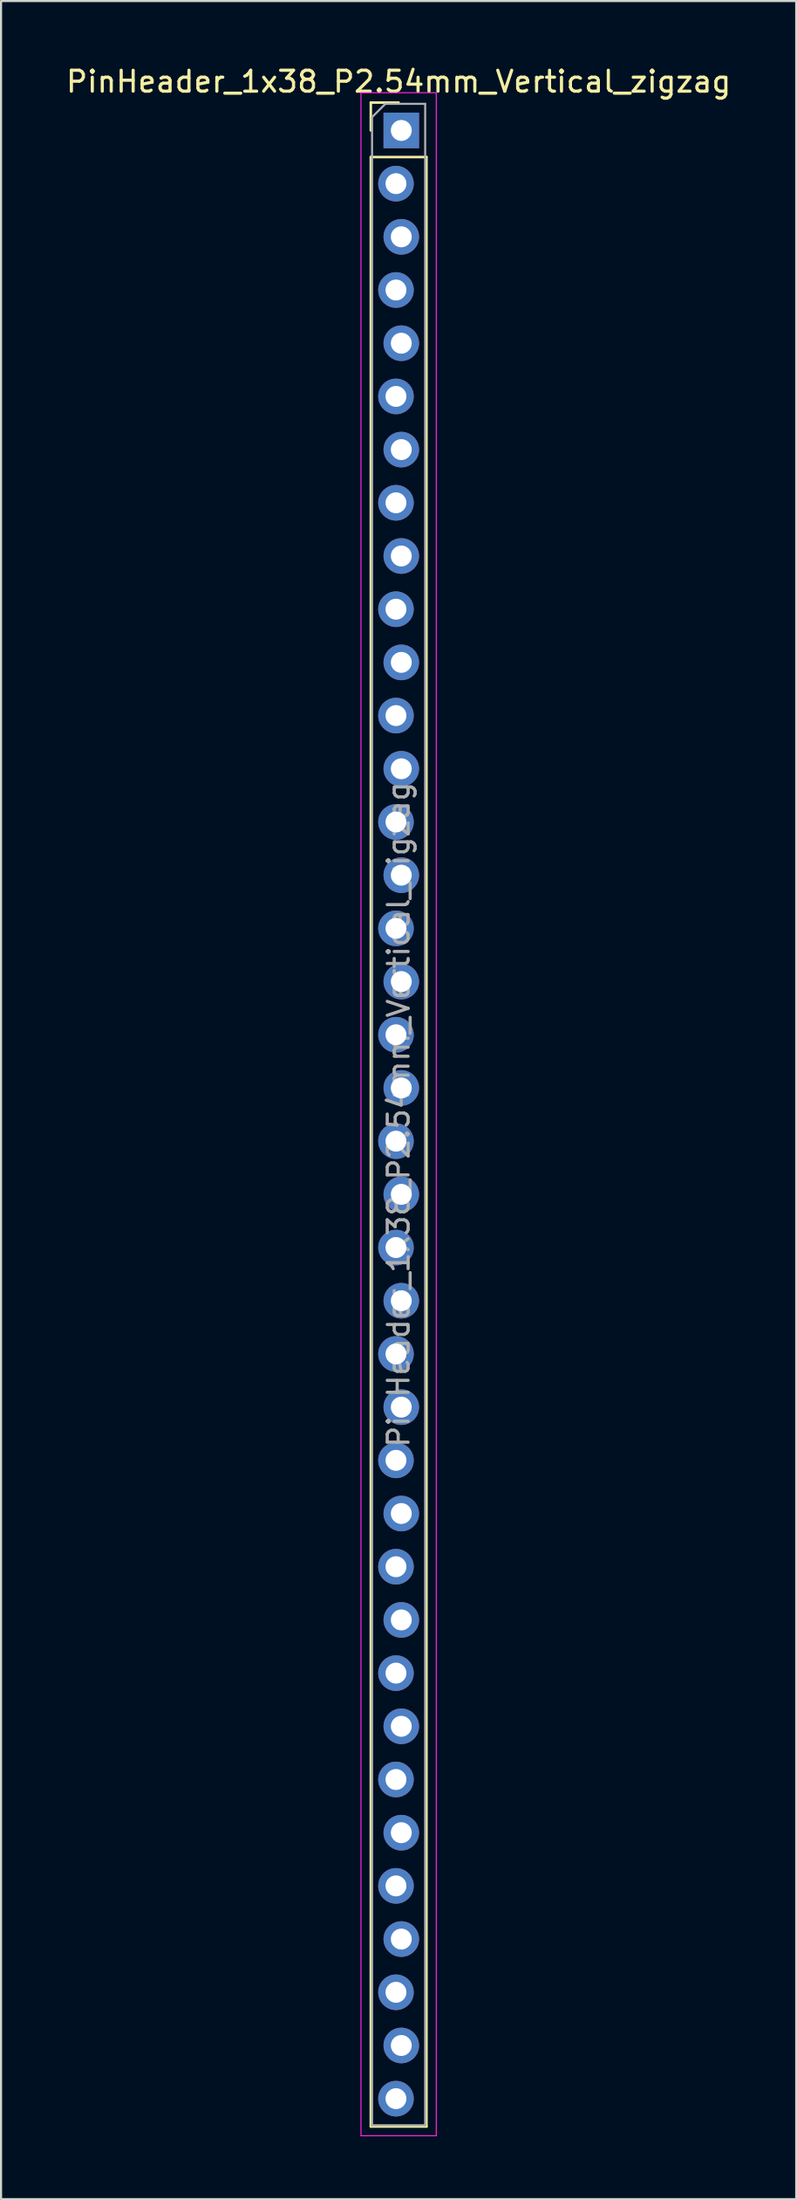
<source format=kicad_pcb>
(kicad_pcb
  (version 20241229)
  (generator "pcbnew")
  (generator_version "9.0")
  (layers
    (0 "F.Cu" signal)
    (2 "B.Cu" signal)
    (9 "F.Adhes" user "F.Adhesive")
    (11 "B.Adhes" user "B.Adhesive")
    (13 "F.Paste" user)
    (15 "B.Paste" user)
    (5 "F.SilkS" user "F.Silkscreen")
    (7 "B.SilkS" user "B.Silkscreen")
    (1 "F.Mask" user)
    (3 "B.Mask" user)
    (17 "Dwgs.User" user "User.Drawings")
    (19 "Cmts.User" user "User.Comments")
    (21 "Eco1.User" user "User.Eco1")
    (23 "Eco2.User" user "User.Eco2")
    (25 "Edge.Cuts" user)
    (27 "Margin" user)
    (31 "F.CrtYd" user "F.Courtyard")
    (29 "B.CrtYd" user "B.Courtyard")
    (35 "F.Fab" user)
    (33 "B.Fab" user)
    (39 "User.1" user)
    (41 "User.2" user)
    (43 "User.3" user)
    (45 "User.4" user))
  (footprint "PinHeader_1x38_P2.54mm_Vertical_zigzag"
    (layer "F.Cu")
    (at 16.006 3.178)
    (property "Reference" "PinHeader_1x38_P2.54mm_Vertical_zigzag" (at 0 -2.33 0) (layer "F.SilkS") (effects (font (size 1 1) (thickness 0.15))))
    (attr through_hole)
    (fp_line (start -1.33 -1.33) (end 0 -1.33) (stroke (width 0.12) (type solid)) (layer "F.SilkS"))
    (fp_line (start -1.33 0) (end -1.33 -1.33) (stroke (width 0.12) (type solid)) (layer "F.SilkS"))
    (fp_line (start -1.33 1.27) (end -1.33 95.31) (stroke (width 0.12) (type solid)) (layer "F.SilkS"))
    (fp_line (start -1.33 1.27) (end 1.33 1.27) (stroke (width 0.12) (type solid)) (layer "F.SilkS"))
    (fp_line (start -1.33 95.31) (end 1.33 95.31) (stroke (width 0.12) (type solid)) (layer "F.SilkS"))
    (fp_line (start 1.33 1.27) (end 1.33 95.31) (stroke (width 0.12) (type solid)) (layer "F.SilkS"))
    (fp_line (start -1.8 -1.8) (end -1.8 95.75) (stroke (width 0.05) (type solid)) (layer "F.CrtYd"))
    (fp_line (start -1.8 95.75) (end 1.8 95.75) (stroke (width 0.05) (type solid)) (layer "F.CrtYd"))
    (fp_line (start 1.8 -1.8) (end -1.8 -1.8) (stroke (width 0.05) (type solid)) (layer "F.CrtYd"))
    (fp_line (start 1.8 95.75) (end 1.8 -1.8) (stroke (width 0.05) (type solid)) (layer "F.CrtYd"))
    (fp_line (start -1.27 -0.635) (end -0.635 -1.27) (stroke (width 0.1) (type solid)) (layer "F.Fab"))
    (fp_line (start -1.27 95.25) (end -1.27 -0.635) (stroke (width 0.1) (type solid)) (layer "F.Fab"))
    (fp_line (start -0.635 -1.27) (end 1.27 -1.27) (stroke (width 0.1) (type solid)) (layer "F.Fab"))
    (fp_line (start 1.27 -1.27) (end 1.27 95.25) (stroke (width 0.1) (type solid)) (layer "F.Fab"))
    (fp_line (start 1.27 95.25) (end -1.27 95.25) (stroke (width 0.1) (type solid)) (layer "F.Fab"))
    (fp_text user "${REFERENCE}" (at 0 46.99 90) (layer "F.Fab") (effects (font (size 1 1) (thickness 0.15))))
    (pad "1" thru_hole rect (at 0.127 0) (size 1.7 1.7) (drill 1) (layers "*.Cu" "*.Mask"))
    (pad "2" thru_hole oval (at -0.127 2.54) (size 1.7 1.7) (drill 1) (layers "*.Cu" "*.Mask"))
    (pad "3" thru_hole oval (at 0.127 5.08) (size 1.7 1.7) (drill 1) (layers "*.Cu" "*.Mask"))
    (pad "4" thru_hole oval (at -0.127 7.62) (size 1.7 1.7) (drill 1) (layers "*.Cu" "*.Mask"))
    (pad "5" thru_hole oval (at 0.127 10.16) (size 1.7 1.7) (drill 1) (layers "*.Cu" "*.Mask"))
    (pad "6" thru_hole oval (at -0.127 12.7) (size 1.7 1.7) (drill 1) (layers "*.Cu" "*.Mask"))
    (pad "7" thru_hole oval (at 0.127 15.24) (size 1.7 1.7) (drill 1) (layers "*.Cu" "*.Mask"))
    (pad "8" thru_hole oval (at -0.127 17.78) (size 1.7 1.7) (drill 1) (layers "*.Cu" "*.Mask"))
    (pad "9" thru_hole oval (at 0.127 20.32) (size 1.7 1.7) (drill 1) (layers "*.Cu" "*.Mask"))
    (pad "10" thru_hole oval (at -0.127 22.86) (size 1.7 1.7) (drill 1) (layers "*.Cu" "*.Mask"))
    (pad "11" thru_hole oval (at 0.127 25.4) (size 1.7 1.7) (drill 1) (layers "*.Cu" "*.Mask"))
    (pad "12" thru_hole oval (at -0.127 27.94) (size 1.7 1.7) (drill 1) (layers "*.Cu" "*.Mask"))
    (pad "13" thru_hole oval (at 0.127 30.48) (size 1.7 1.7) (drill 1) (layers "*.Cu" "*.Mask"))
    (pad "14" thru_hole oval (at -0.127 33.02) (size 1.7 1.7) (drill 1) (layers "*.Cu" "*.Mask"))
    (pad "15" thru_hole oval (at 0.127 35.56) (size 1.7 1.7) (drill 1) (layers "*.Cu" "*.Mask"))
    (pad "16" thru_hole oval (at -0.127 38.1) (size 1.7 1.7) (drill 1) (layers "*.Cu" "*.Mask"))
    (pad "17" thru_hole oval (at 0.127 40.64) (size 1.7 1.7) (drill 1) (layers "*.Cu" "*.Mask"))
    (pad "18" thru_hole oval (at -0.127 43.18) (size 1.7 1.7) (drill 1) (layers "*.Cu" "*.Mask"))
    (pad "19" thru_hole oval (at 0.127 45.72) (size 1.7 1.7) (drill 1) (layers "*.Cu" "*.Mask"))
    (pad "20" thru_hole oval (at -0.127 48.26) (size 1.7 1.7) (drill 1) (layers "*.Cu" "*.Mask"))
    (pad "21" thru_hole oval (at 0.127 50.8) (size 1.7 1.7) (drill 1) (layers "*.Cu" "*.Mask"))
    (pad "22" thru_hole oval (at -0.127 53.34) (size 1.7 1.7) (drill 1) (layers "*.Cu" "*.Mask"))
    (pad "23" thru_hole oval (at 0.127 55.88) (size 1.7 1.7) (drill 1) (layers "*.Cu" "*.Mask"))
    (pad "24" thru_hole oval (at -0.127 58.42) (size 1.7 1.7) (drill 1) (layers "*.Cu" "*.Mask"))
    (pad "25" thru_hole oval (at 0.127 60.96) (size 1.7 1.7) (drill 1) (layers "*.Cu" "*.Mask"))
    (pad "26" thru_hole oval (at -0.127 63.5) (size 1.7 1.7) (drill 1) (layers "*.Cu" "*.Mask"))
    (pad "27" thru_hole oval (at 0.127 66.04) (size 1.7 1.7) (drill 1) (layers "*.Cu" "*.Mask"))
    (pad "28" thru_hole oval (at -0.127 68.58) (size 1.7 1.7) (drill 1) (layers "*.Cu" "*.Mask"))
    (pad "29" thru_hole oval (at 0.127 71.12) (size 1.7 1.7) (drill 1) (layers "*.Cu" "*.Mask"))
    (pad "30" thru_hole oval (at -0.127 73.66) (size 1.7 1.7) (drill 1) (layers "*.Cu" "*.Mask"))
    (pad "31" thru_hole oval (at 0.127 76.2) (size 1.7 1.7) (drill 1) (layers "*.Cu" "*.Mask"))
    (pad "32" thru_hole oval (at -0.127 78.74) (size 1.7 1.7) (drill 1) (layers "*.Cu" "*.Mask"))
    (pad "33" thru_hole oval (at 0.127 81.28) (size 1.7 1.7) (drill 1) (layers "*.Cu" "*.Mask"))
    (pad "34" thru_hole oval (at -0.127 83.82) (size 1.7 1.7) (drill 1) (layers "*.Cu" "*.Mask"))
    (pad "35" thru_hole oval (at 0.127 86.36) (size 1.7 1.7) (drill 1) (layers "*.Cu" "*.Mask"))
    (pad "36" thru_hole oval (at -0.127 88.9) (size 1.7 1.7) (drill 1) (layers "*.Cu" "*.Mask"))
    (pad "37" thru_hole oval (at 0.127 91.44) (size 1.7 1.7) (drill 1) (layers "*.Cu" "*.Mask"))
    (pad "38" thru_hole oval (at -0.127 93.98) (size 1.7 1.7) (drill 1) (layers "*.Cu" "*.Mask")))
  (gr_rect
    (start -3 -3)
    (end 35.012 101.953)
    (stroke (width 0.1) (type default))
    (fill no)
    (layer "Edge.Cuts")))
</source>
